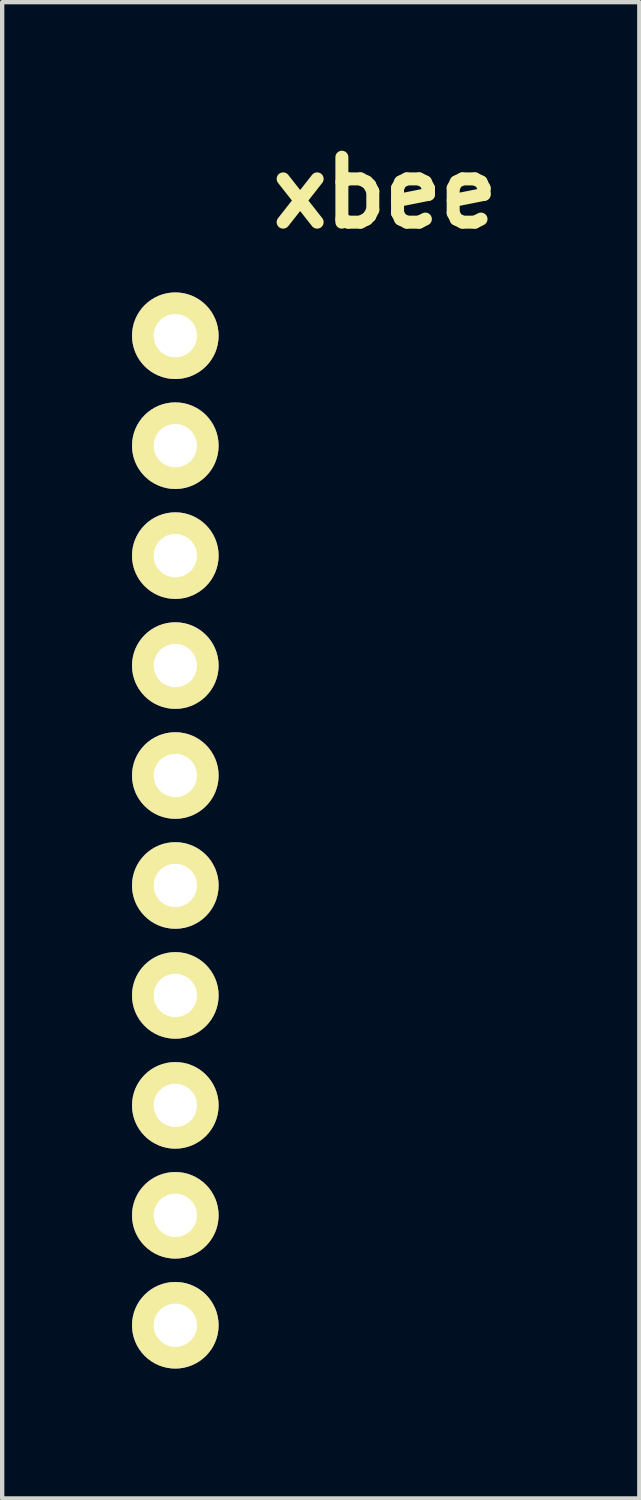
<source format=kicad_pcb>
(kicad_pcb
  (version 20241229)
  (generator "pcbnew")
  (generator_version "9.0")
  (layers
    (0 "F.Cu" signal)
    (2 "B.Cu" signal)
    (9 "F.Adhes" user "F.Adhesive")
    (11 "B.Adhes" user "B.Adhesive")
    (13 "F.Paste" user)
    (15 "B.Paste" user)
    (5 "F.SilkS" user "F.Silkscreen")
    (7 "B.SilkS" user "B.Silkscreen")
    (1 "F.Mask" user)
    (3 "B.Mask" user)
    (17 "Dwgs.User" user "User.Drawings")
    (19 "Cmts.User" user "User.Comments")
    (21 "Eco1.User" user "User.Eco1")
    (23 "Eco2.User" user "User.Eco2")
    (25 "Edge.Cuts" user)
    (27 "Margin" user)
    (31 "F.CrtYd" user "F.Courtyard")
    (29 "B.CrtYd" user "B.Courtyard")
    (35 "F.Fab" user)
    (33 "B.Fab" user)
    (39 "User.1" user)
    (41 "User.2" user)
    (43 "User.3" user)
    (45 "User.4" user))
  (footprint "xbee"
    (layer "F.Cu")
    (at 1 4.706)
    (property "Reference" "xbee" (at 4.848 -3.302 0) (layer "F.SilkS") (effects (font (size 1.5 1.5) (thickness 0.3))))
    (attr through_hole)
    (pad "1" thru_hole circle (at 0 0) (size 2 2) (drill 1) (layers "*.Cu" "*.Mask" "F.SilkS"))
    (pad "2" thru_hole circle (at 0 2.54) (size 2 2) (drill 1) (layers "*.Cu" "*.Mask" "F.SilkS"))
    (pad "3" thru_hole circle (at 0 5.08) (size 2 2) (drill 1) (layers "*.Cu" "*.Mask" "F.SilkS"))
    (pad "4" thru_hole circle (at 0 7.62) (size 2 2) (drill 1) (layers "*.Cu" "*.Mask" "F.SilkS"))
    (pad "5" thru_hole circle (at 0 10.16) (size 2 2) (drill 1) (layers "*.Cu" "*.Mask" "F.SilkS"))
    (pad "6" thru_hole circle (at 0 12.7) (size 2 2) (drill 1) (layers "*.Cu" "*.Mask" "F.SilkS"))
    (pad "7" thru_hole circle (at 0 15.24) (size 2 2) (drill 1) (layers "*.Cu" "*.Mask" "F.SilkS"))
    (pad "8" thru_hole circle (at 0 17.78) (size 2 2) (drill 1) (layers "*.Cu" "*.Mask" "F.SilkS"))
    (pad "9" thru_hole circle (at 0 20.32) (size 2 2) (drill 1) (layers "*.Cu" "*.Mask" "F.SilkS"))
    (pad "10" thru_hole circle (at 0 22.86) (size 2 2) (drill 1) (layers "*.Cu" "*.Mask" "F.SilkS")))
  (gr_rect
    (start -3 -3)
    (end 11.719 31.566)
    (stroke (width 0.1) (type default))
    (fill no)
    (layer "Edge.Cuts")))
</source>
